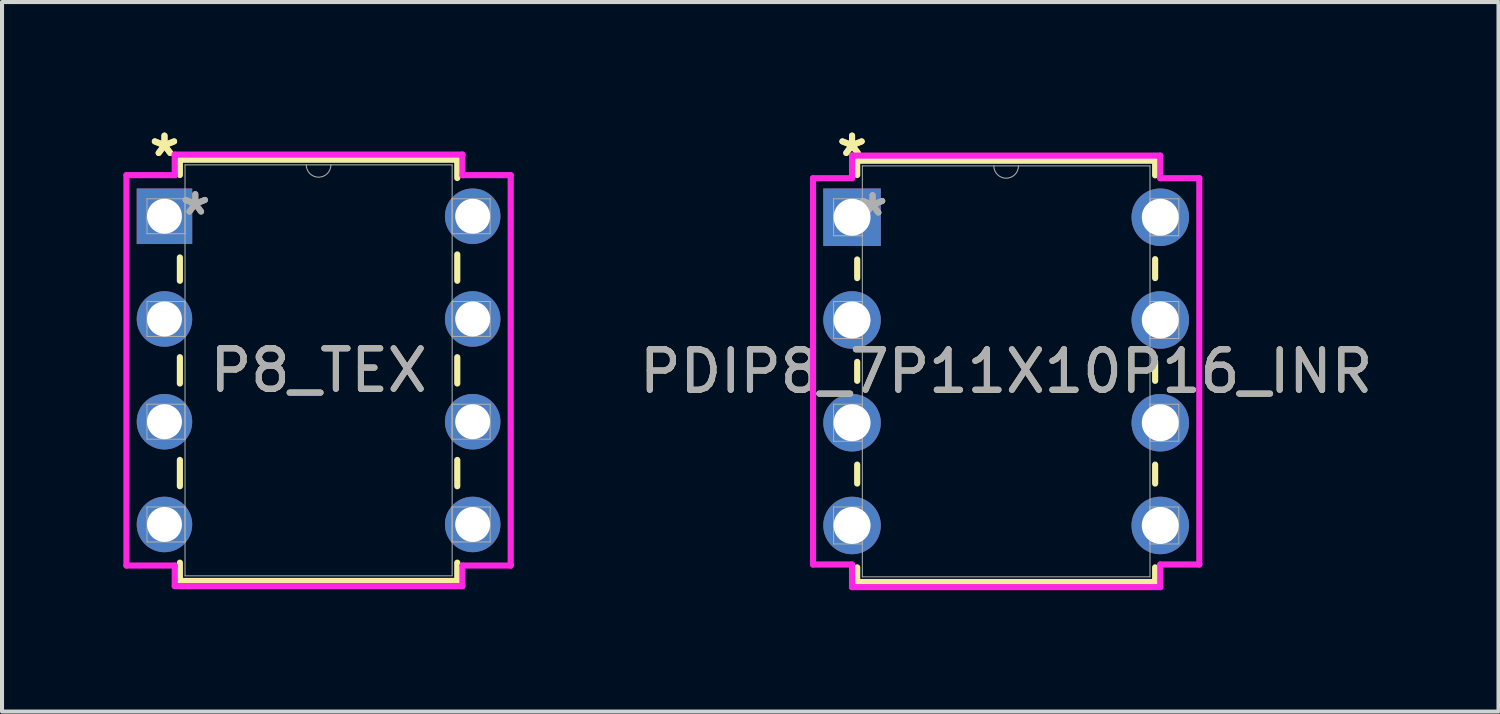
<source format=kicad_pcb>
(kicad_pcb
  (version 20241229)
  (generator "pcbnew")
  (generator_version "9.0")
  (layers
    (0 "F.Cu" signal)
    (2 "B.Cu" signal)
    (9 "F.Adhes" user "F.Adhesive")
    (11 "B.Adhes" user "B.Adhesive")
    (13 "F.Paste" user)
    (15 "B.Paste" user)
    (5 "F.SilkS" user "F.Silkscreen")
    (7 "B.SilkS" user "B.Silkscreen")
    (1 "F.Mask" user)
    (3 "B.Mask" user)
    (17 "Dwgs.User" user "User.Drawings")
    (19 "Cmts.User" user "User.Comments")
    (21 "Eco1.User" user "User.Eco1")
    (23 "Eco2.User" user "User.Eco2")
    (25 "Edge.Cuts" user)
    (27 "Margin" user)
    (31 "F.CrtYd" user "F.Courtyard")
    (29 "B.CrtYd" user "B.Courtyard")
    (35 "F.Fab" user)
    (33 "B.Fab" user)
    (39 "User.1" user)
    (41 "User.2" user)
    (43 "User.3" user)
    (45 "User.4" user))
  (footprint "P8_TEX"
    (layer "F.Cu")
    (at 1.016 2.296)
    (property "Reference" "P8_TEX" (at 3.81 3.81 0) (unlocked yes) (layer "F.SilkS") (effects (font (size 1 1) (thickness 0.15))))
    (attr through_hole)
    (fp_line (start 0.381 -1.397) (end 0.381 -1.019) (stroke (width 0.152) (type solid)) (layer "F.SilkS"))
    (fp_line (start 0.381 1.019) (end 0.381 1.595) (stroke (width 0.152) (type solid)) (layer "F.SilkS"))
    (fp_line (start 0.381 3.485) (end 0.381 4.135) (stroke (width 0.152) (type solid)) (layer "F.SilkS"))
    (fp_line (start 0.381 6.025) (end 0.381 6.675) (stroke (width 0.152) (type solid)) (layer "F.SilkS"))
    (fp_line (start 0.381 8.565) (end 0.381 9.017) (stroke (width 0.152) (type solid)) (layer "F.SilkS"))
    (fp_line (start 0.381 9.017) (end 7.239 9.017) (stroke (width 0.152) (type solid)) (layer "F.SilkS"))
    (fp_line (start 7.239 -1.397) (end 0.381 -1.397) (stroke (width 0.152) (type solid)) (layer "F.SilkS"))
    (fp_line (start 7.239 -0.945) (end 7.239 -1.397) (stroke (width 0.152) (type solid)) (layer "F.SilkS"))
    (fp_line (start 7.239 1.595) (end 7.239 0.945) (stroke (width 0.152) (type solid)) (layer "F.SilkS"))
    (fp_line (start 7.239 4.135) (end 7.239 3.485) (stroke (width 0.152) (type solid)) (layer "F.SilkS"))
    (fp_line (start 7.239 6.675) (end 7.239 6.025) (stroke (width 0.152) (type solid)) (layer "F.SilkS"))
    (fp_line (start 7.239 9.017) (end 7.239 8.565) (stroke (width 0.152) (type solid)) (layer "F.SilkS"))
    (fp_line (start -0.94 -1.016) (end 0.254 -1.016) (stroke (width 0.152) (type solid)) (layer "F.CrtYd"))
    (fp_line (start -0.94 8.636) (end -0.94 -1.016) (stroke (width 0.152) (type solid)) (layer "F.CrtYd"))
    (fp_line (start 0.254 -1.524) (end 7.366 -1.524) (stroke (width 0.152) (type solid)) (layer "F.CrtYd"))
    (fp_line (start 0.254 -1.016) (end 0.254 -1.524) (stroke (width 0.152) (type solid)) (layer "F.CrtYd"))
    (fp_line (start 0.254 8.636) (end -0.94 8.636) (stroke (width 0.152) (type solid)) (layer "F.CrtYd"))
    (fp_line (start 0.254 9.144) (end 0.254 8.636) (stroke (width 0.152) (type solid)) (layer "F.CrtYd"))
    (fp_line (start 7.366 -1.524) (end 7.366 -1.016) (stroke (width 0.152) (type solid)) (layer "F.CrtYd"))
    (fp_line (start 7.366 8.636) (end 7.366 9.144) (stroke (width 0.152) (type solid)) (layer "F.CrtYd"))
    (fp_line (start 7.366 9.144) (end 0.254 9.144) (stroke (width 0.152) (type solid)) (layer "F.CrtYd"))
    (fp_line (start 8.56 -1.016) (end 7.366 -1.016) (stroke (width 0.152) (type solid)) (layer "F.CrtYd"))
    (fp_line (start 8.56 -1.016) (end 8.56 8.636) (stroke (width 0.152) (type solid)) (layer "F.CrtYd"))
    (fp_line (start 8.56 8.636) (end 7.366 8.636) (stroke (width 0.152) (type solid)) (layer "F.CrtYd"))
    (fp_line (start -0.432 -0.432) (end -0.432 0.432) (stroke (width 0.025) (type solid)) (layer "F.Fab"))
    (fp_line (start -0.432 0.432) (end 0.508 0.432) (stroke (width 0.025) (type solid)) (layer "F.Fab"))
    (fp_line (start -0.432 2.108) (end -0.432 2.972) (stroke (width 0.025) (type solid)) (layer "F.Fab"))
    (fp_line (start -0.432 2.972) (end 0.508 2.972) (stroke (width 0.025) (type solid)) (layer "F.Fab"))
    (fp_line (start -0.432 4.648) (end -0.432 5.512) (stroke (width 0.025) (type solid)) (layer "F.Fab"))
    (fp_line (start -0.432 5.512) (end 0.508 5.512) (stroke (width 0.025) (type solid)) (layer "F.Fab"))
    (fp_line (start -0.432 7.188) (end -0.432 8.052) (stroke (width 0.025) (type solid)) (layer "F.Fab"))
    (fp_line (start -0.432 8.052) (end 0.508 8.052) (stroke (width 0.025) (type solid)) (layer "F.Fab"))
    (fp_line (start 0.508 -1.27) (end 0.508 8.89) (stroke (width 0.025) (type solid)) (layer "F.Fab"))
    (fp_line (start 0.508 -0.432) (end -0.432 -0.432) (stroke (width 0.025) (type solid)) (layer "F.Fab"))
    (fp_line (start 0.508 0.432) (end 0.508 -0.432) (stroke (width 0.025) (type solid)) (layer "F.Fab"))
    (fp_line (start 0.508 2.108) (end -0.432 2.108) (stroke (width 0.025) (type solid)) (layer "F.Fab"))
    (fp_line (start 0.508 2.972) (end 0.508 2.108) (stroke (width 0.025) (type solid)) (layer "F.Fab"))
    (fp_line (start 0.508 4.648) (end -0.432 4.648) (stroke (width 0.025) (type solid)) (layer "F.Fab"))
    (fp_line (start 0.508 5.512) (end 0.508 4.648) (stroke (width 0.025) (type solid)) (layer "F.Fab"))
    (fp_line (start 0.508 7.188) (end -0.432 7.188) (stroke (width 0.025) (type solid)) (layer "F.Fab"))
    (fp_line (start 0.508 8.052) (end 0.508 7.188) (stroke (width 0.025) (type solid)) (layer "F.Fab"))
    (fp_line (start 0.508 8.89) (end 7.112 8.89) (stroke (width 0.025) (type solid)) (layer "F.Fab"))
    (fp_line (start 7.112 -1.27) (end 0.508 -1.27) (stroke (width 0.025) (type solid)) (layer "F.Fab"))
    (fp_line (start 7.112 -0.432) (end 7.112 0.432) (stroke (width 0.025) (type solid)) (layer "F.Fab"))
    (fp_line (start 7.112 0.432) (end 8.052 0.432) (stroke (width 0.025) (type solid)) (layer "F.Fab"))
    (fp_line (start 7.112 2.108) (end 7.112 2.972) (stroke (width 0.025) (type solid)) (layer "F.Fab"))
    (fp_line (start 7.112 2.972) (end 8.052 2.972) (stroke (width 0.025) (type solid)) (layer "F.Fab"))
    (fp_line (start 7.112 4.648) (end 7.112 5.512) (stroke (width 0.025) (type solid)) (layer "F.Fab"))
    (fp_line (start 7.112 5.512) (end 8.052 5.512) (stroke (width 0.025) (type solid)) (layer "F.Fab"))
    (fp_line (start 7.112 7.188) (end 7.112 8.052) (stroke (width 0.025) (type solid)) (layer "F.Fab"))
    (fp_line (start 7.112 8.052) (end 8.052 8.052) (stroke (width 0.025) (type solid)) (layer "F.Fab"))
    (fp_line (start 7.112 8.89) (end 7.112 -1.27) (stroke (width 0.025) (type solid)) (layer "F.Fab"))
    (fp_line (start 8.052 -0.432) (end 7.112 -0.432) (stroke (width 0.025) (type solid)) (layer "F.Fab"))
    (fp_line (start 8.052 0.432) (end 8.052 -0.432) (stroke (width 0.025) (type solid)) (layer "F.Fab"))
    (fp_line (start 8.052 2.108) (end 7.112 2.108) (stroke (width 0.025) (type solid)) (layer "F.Fab"))
    (fp_line (start 8.052 2.972) (end 8.052 2.108) (stroke (width 0.025) (type solid)) (layer "F.Fab"))
    (fp_line (start 8.052 4.648) (end 7.112 4.648) (stroke (width 0.025) (type solid)) (layer "F.Fab"))
    (fp_line (start 8.052 5.512) (end 8.052 4.648) (stroke (width 0.025) (type solid)) (layer "F.Fab"))
    (fp_line (start 8.052 7.188) (end 7.112 7.188) (stroke (width 0.025) (type solid)) (layer "F.Fab"))
    (fp_line (start 8.052 8.052) (end 8.052 7.188) (stroke (width 0.025) (type solid)) (layer "F.Fab"))
    (fp_arc (start 4.1148 -1.27) (mid 3.81 -0.9652) (end 3.5052 -1.27) (stroke (width 0.0254) (type solid)) (layer "F.Fab"))
    (fp_text user "*" (at 0 -1.448 0) (unlocked yes) (layer "F.SilkS") (effects (font (size 1 1) (thickness 0.15))))
    (fp_text user "*" (at 0 -1.448 0) (layer "F.SilkS") (effects (font (size 1 1) (thickness 0.15))))
    (fp_text user "${REFERENCE}" (at 3.81 3.81 0) (unlocked yes) (layer "F.Fab") (effects (font (size 1 1) (thickness 0.15))))
    (fp_text user "*" (at 0.762 0 0) (layer "F.Fab") (effects (font (size 1 1) (thickness 0.15))))
    (fp_text user "*" (at 0.762 0 0) (unlocked yes) (layer "F.Fab") (effects (font (size 1 1) (thickness 0.15))))
    (pad "1" thru_hole rect (at 0 0) (size 1.372 1.372) (drill 0.864) (layers "*.Cu" "*.Mask"))
    (pad "2" thru_hole circle (at 0 2.54) (size 1.372 1.372) (drill 0.864) (layers "*.Cu" "*.Mask"))
    (pad "3" thru_hole circle (at 0 5.08) (size 1.372 1.372) (drill 0.864) (layers "*.Cu" "*.Mask"))
    (pad "4" thru_hole circle (at 0 7.62) (size 1.372 1.372) (drill 0.864) (layers "*.Cu" "*.Mask"))
    (pad "5" thru_hole circle (at 7.62 7.62) (size 1.372 1.372) (drill 0.864) (layers "*.Cu" "*.Mask"))
    (pad "6" thru_hole circle (at 7.62 5.08) (size 1.372 1.372) (drill 0.864) (layers "*.Cu" "*.Mask"))
    (pad "7" thru_hole circle (at 7.62 2.54) (size 1.372 1.372) (drill 0.864) (layers "*.Cu" "*.Mask"))
    (pad "8" thru_hole circle (at 7.62 0) (size 1.372 1.372) (drill 0.864) (layers "*.Cu" "*.Mask")))
  (footprint "PDIP8_7P11X10P16_INR"
    (layer "F.Cu")
    (at 18.015 2.321)
    (property "Reference" "PDIP8_7P11X10P16_INR" (at 3.81 3.81 0) (unlocked yes) (layer "F.SilkS") (effects (font (size 1 1) (thickness 0.15))))
    (attr through_hole)
    (fp_line (start 0.127 -1.397) (end 0.127 -1.044) (stroke (width 0.152) (type solid)) (layer "F.SilkS"))
    (fp_line (start 0.127 1.044) (end 0.127 1.504) (stroke (width 0.152) (type solid)) (layer "F.SilkS"))
    (fp_line (start 0.127 3.576) (end 0.127 4.044) (stroke (width 0.152) (type solid)) (layer "F.SilkS"))
    (fp_line (start 0.127 6.116) (end 0.127 6.584) (stroke (width 0.152) (type solid)) (layer "F.SilkS"))
    (fp_line (start 0.127 8.656) (end 0.127 9.017) (stroke (width 0.152) (type solid)) (layer "F.SilkS"))
    (fp_line (start 0.127 9.017) (end 7.493 9.017) (stroke (width 0.152) (type solid)) (layer "F.SilkS"))
    (fp_line (start 7.493 -1.397) (end 0.127 -1.397) (stroke (width 0.152) (type solid)) (layer "F.SilkS"))
    (fp_line (start 7.493 -1.036) (end 7.493 -1.397) (stroke (width 0.152) (type solid)) (layer "F.SilkS"))
    (fp_line (start 7.493 1.504) (end 7.493 1.036) (stroke (width 0.152) (type solid)) (layer "F.SilkS"))
    (fp_line (start 7.493 4.044) (end 7.493 3.576) (stroke (width 0.152) (type solid)) (layer "F.SilkS"))
    (fp_line (start 7.493 6.584) (end 7.493 6.116) (stroke (width 0.152) (type solid)) (layer "F.SilkS"))
    (fp_line (start 7.493 9.017) (end 7.493 8.656) (stroke (width 0.152) (type solid)) (layer "F.SilkS"))
    (fp_line (start -0.965 -0.965) (end 0 -0.965) (stroke (width 0.152) (type solid)) (layer "F.CrtYd"))
    (fp_line (start -0.965 8.585) (end -0.965 -0.965) (stroke (width 0.152) (type solid)) (layer "F.CrtYd"))
    (fp_line (start 0 -1.524) (end 7.62 -1.524) (stroke (width 0.152) (type solid)) (layer "F.CrtYd"))
    (fp_line (start 0 -0.965) (end 0 -1.524) (stroke (width 0.152) (type solid)) (layer "F.CrtYd"))
    (fp_line (start 0 8.585) (end -0.965 8.585) (stroke (width 0.152) (type solid)) (layer "F.CrtYd"))
    (fp_line (start 0 9.144) (end 0 8.585) (stroke (width 0.152) (type solid)) (layer "F.CrtYd"))
    (fp_line (start 7.62 -1.524) (end 7.62 -0.965) (stroke (width 0.152) (type solid)) (layer "F.CrtYd"))
    (fp_line (start 7.62 8.585) (end 7.62 9.144) (stroke (width 0.152) (type solid)) (layer "F.CrtYd"))
    (fp_line (start 7.62 9.144) (end 0 9.144) (stroke (width 0.152) (type solid)) (layer "F.CrtYd"))
    (fp_line (start 8.585 -0.965) (end 7.62 -0.965) (stroke (width 0.152) (type solid)) (layer "F.CrtYd"))
    (fp_line (start 8.585 -0.965) (end 8.585 8.585) (stroke (width 0.152) (type solid)) (layer "F.CrtYd"))
    (fp_line (start 8.585 8.585) (end 7.62 8.585) (stroke (width 0.152) (type solid)) (layer "F.CrtYd"))
    (fp_line (start -0.457 -0.457) (end -0.457 0.457) (stroke (width 0.025) (type solid)) (layer "F.Fab"))
    (fp_line (start -0.457 0.457) (end 0.254 0.457) (stroke (width 0.025) (type solid)) (layer "F.Fab"))
    (fp_line (start -0.457 2.083) (end -0.457 2.997) (stroke (width 0.025) (type solid)) (layer "F.Fab"))
    (fp_line (start -0.457 2.997) (end 0.254 2.997) (stroke (width 0.025) (type solid)) (layer "F.Fab"))
    (fp_line (start -0.457 4.623) (end -0.457 5.537) (stroke (width 0.025) (type solid)) (layer "F.Fab"))
    (fp_line (start -0.457 5.537) (end 0.254 5.537) (stroke (width 0.025) (type solid)) (layer "F.Fab"))
    (fp_line (start -0.457 7.163) (end -0.457 8.077) (stroke (width 0.025) (type solid)) (layer "F.Fab"))
    (fp_line (start -0.457 8.077) (end 0.254 8.077) (stroke (width 0.025) (type solid)) (layer "F.Fab"))
    (fp_line (start 0.254 -1.27) (end 0.254 8.89) (stroke (width 0.025) (type solid)) (layer "F.Fab"))
    (fp_line (start 0.254 -0.457) (end -0.457 -0.457) (stroke (width 0.025) (type solid)) (layer "F.Fab"))
    (fp_line (start 0.254 0.457) (end 0.254 -0.457) (stroke (width 0.025) (type solid)) (layer "F.Fab"))
    (fp_line (start 0.254 2.083) (end -0.457 2.083) (stroke (width 0.025) (type solid)) (layer "F.Fab"))
    (fp_line (start 0.254 2.997) (end 0.254 2.083) (stroke (width 0.025) (type solid)) (layer "F.Fab"))
    (fp_line (start 0.254 4.623) (end -0.457 4.623) (stroke (width 0.025) (type solid)) (layer "F.Fab"))
    (fp_line (start 0.254 5.537) (end 0.254 4.623) (stroke (width 0.025) (type solid)) (layer "F.Fab"))
    (fp_line (start 0.254 7.163) (end -0.457 7.163) (stroke (width 0.025) (type solid)) (layer "F.Fab"))
    (fp_line (start 0.254 8.077) (end 0.254 7.163) (stroke (width 0.025) (type solid)) (layer "F.Fab"))
    (fp_line (start 0.254 8.89) (end 7.366 8.89) (stroke (width 0.025) (type solid)) (layer "F.Fab"))
    (fp_line (start 7.366 -1.27) (end 0.254 -1.27) (stroke (width 0.025) (type solid)) (layer "F.Fab"))
    (fp_line (start 7.366 -0.457) (end 7.366 0.457) (stroke (width 0.025) (type solid)) (layer "F.Fab"))
    (fp_line (start 7.366 0.457) (end 8.077 0.457) (stroke (width 0.025) (type solid)) (layer "F.Fab"))
    (fp_line (start 7.366 2.083) (end 7.366 2.997) (stroke (width 0.025) (type solid)) (layer "F.Fab"))
    (fp_line (start 7.366 2.997) (end 8.077 2.997) (stroke (width 0.025) (type solid)) (layer "F.Fab"))
    (fp_line (start 7.366 4.623) (end 7.366 5.537) (stroke (width 0.025) (type solid)) (layer "F.Fab"))
    (fp_line (start 7.366 5.537) (end 8.077 5.537) (stroke (width 0.025) (type solid)) (layer "F.Fab"))
    (fp_line (start 7.366 7.163) (end 7.366 8.077) (stroke (width 0.025) (type solid)) (layer "F.Fab"))
    (fp_line (start 7.366 8.077) (end 8.077 8.077) (stroke (width 0.025) (type solid)) (layer "F.Fab"))
    (fp_line (start 7.366 8.89) (end 7.366 -1.27) (stroke (width 0.025) (type solid)) (layer "F.Fab"))
    (fp_line (start 8.077 -0.457) (end 7.366 -0.457) (stroke (width 0.025) (type solid)) (layer "F.Fab"))
    (fp_line (start 8.077 0.457) (end 8.077 -0.457) (stroke (width 0.025) (type solid)) (layer "F.Fab"))
    (fp_line (start 8.077 2.083) (end 7.366 2.083) (stroke (width 0.025) (type solid)) (layer "F.Fab"))
    (fp_line (start 8.077 2.997) (end 8.077 2.083) (stroke (width 0.025) (type solid)) (layer "F.Fab"))
    (fp_line (start 8.077 4.623) (end 7.366 4.623) (stroke (width 0.025) (type solid)) (layer "F.Fab"))
    (fp_line (start 8.077 5.537) (end 8.077 4.623) (stroke (width 0.025) (type solid)) (layer "F.Fab"))
    (fp_line (start 8.077 7.163) (end 7.366 7.163) (stroke (width 0.025) (type solid)) (layer "F.Fab"))
    (fp_line (start 8.077 8.077) (end 8.077 7.163) (stroke (width 0.025) (type solid)) (layer "F.Fab"))
    (fp_arc (start 4.1148 -1.27) (mid 3.81 -0.9652) (end 3.5052 -1.27) (stroke (width 0.0254) (type solid)) (layer "F.Fab"))
    (fp_text user "*" (at 0 -1.473 0) (layer "F.SilkS") (effects (font (size 1 1) (thickness 0.15))))
    (fp_text user "*" (at 0 -1.473 0) (unlocked yes) (layer "F.SilkS") (effects (font (size 1 1) (thickness 0.15))))
    (fp_text user "*" (at 0.508 0 0) (layer "F.Fab") (effects (font (size 1 1) (thickness 0.15))))
    (fp_text user "${REFERENCE}" (at 3.81 3.81 0) (unlocked yes) (layer "F.Fab") (effects (font (size 1 1) (thickness 0.15))))
    (fp_text user "*" (at 0.508 0 0) (unlocked yes) (layer "F.Fab") (effects (font (size 1 1) (thickness 0.15))))
    (pad "1" thru_hole rect (at 0 0) (size 1.422 1.422) (drill 0.914) (layers "*.Cu" "*.Mask"))
    (pad "2" thru_hole circle (at 0 2.54) (size 1.422 1.422) (drill 0.914) (layers "*.Cu" "*.Mask"))
    (pad "3" thru_hole circle (at 0 5.08) (size 1.422 1.422) (drill 0.914) (layers "*.Cu" "*.Mask"))
    (pad "4" thru_hole circle (at 0 7.62) (size 1.422 1.422) (drill 0.914) (layers "*.Cu" "*.Mask"))
    (pad "5" thru_hole circle (at 7.62 7.62) (size 1.422 1.422) (drill 0.914) (layers "*.Cu" "*.Mask"))
    (pad "6" thru_hole circle (at 7.62 5.08) (size 1.422 1.422) (drill 0.914) (layers "*.Cu" "*.Mask"))
    (pad "7" thru_hole circle (at 7.62 2.54) (size 1.422 1.422) (drill 0.914) (layers "*.Cu" "*.Mask"))
    (pad "8" thru_hole circle (at 7.62 0) (size 1.422 1.422) (drill 0.914) (layers "*.Cu" "*.Mask")))
  (gr_rect
    (start -3 -3)
    (end 33.997 14.542)
    (stroke (width 0.1) (type default))
    (fill no)
    (layer "Edge.Cuts")))
</source>
